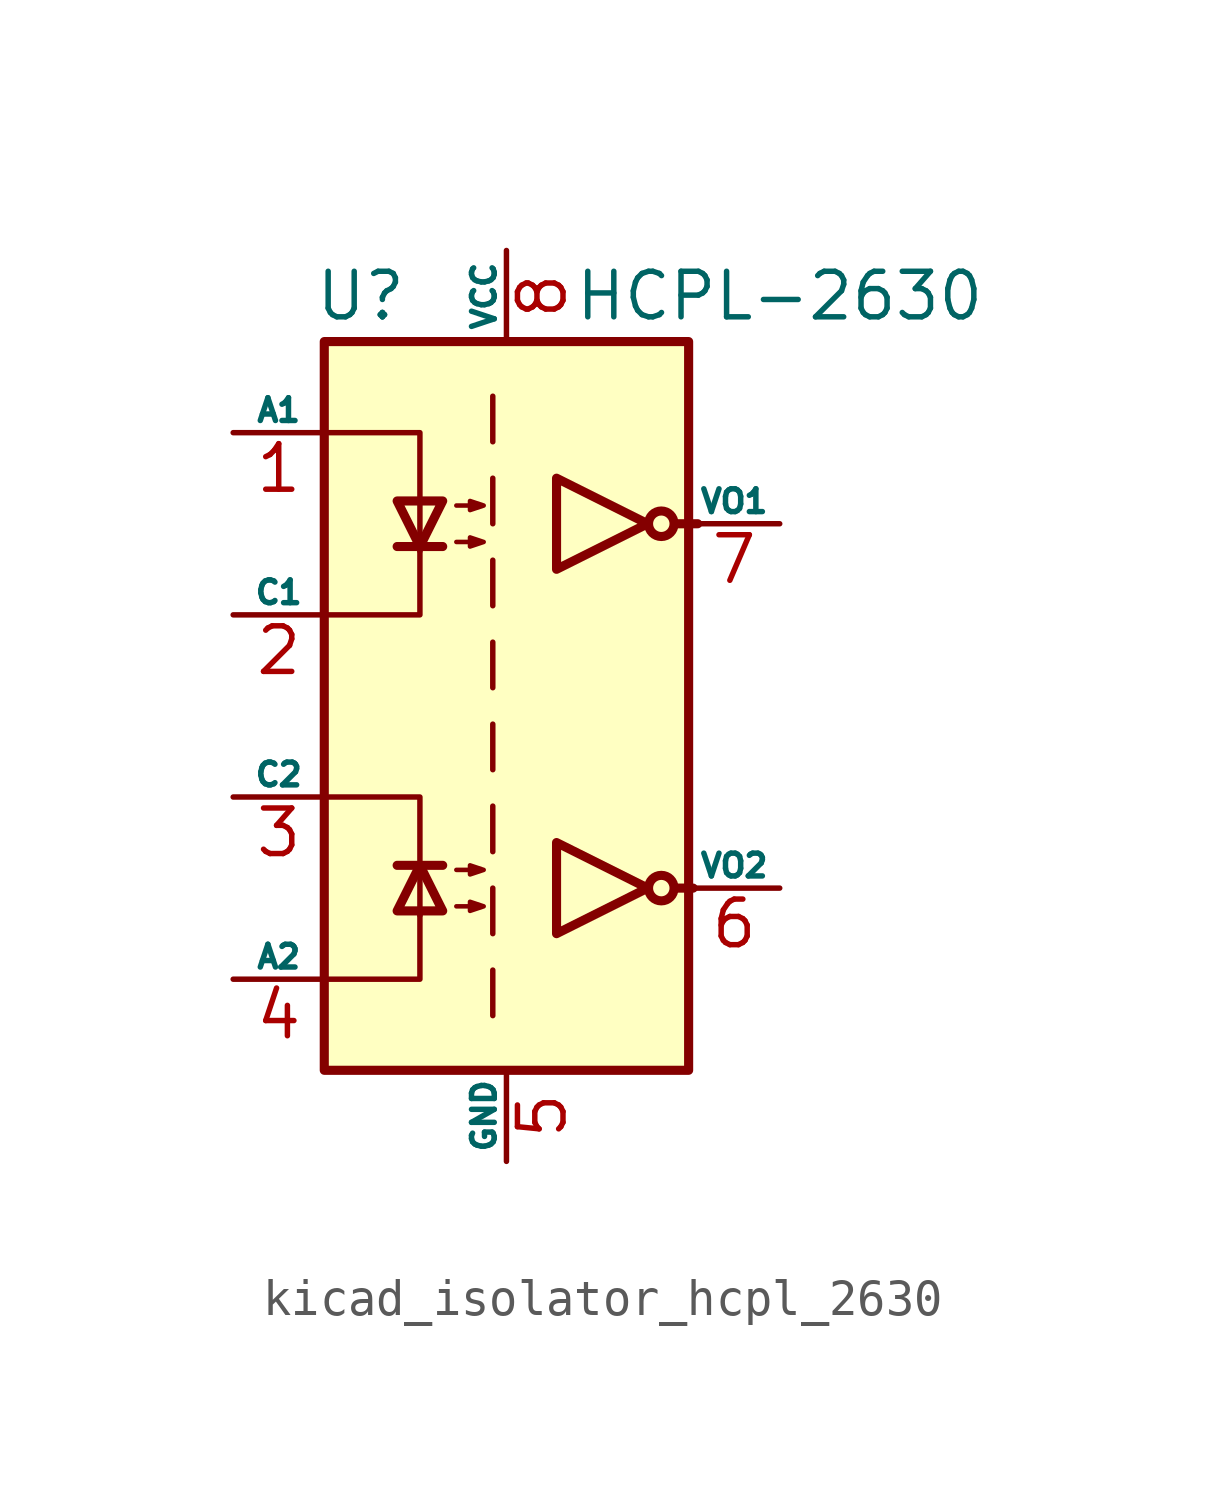
<source format=kicad_sym>
(kicad_symbol_lib
  (version 20220914)
  (generator kicad_symbol_editor)
  (symbol "kicad_isolator_hcpl_2630"
    (pin_names
      (offset 0))
    (property "Reference" "U"
      (at -4.064 11.43 0)
      (effects (font (size 1.27 1.27))))
    (property "Value" "HCPL-2630"
      (at 7.62 11.43 0)
      (effects (font (size 1.27 1.27))))
    (symbol "kicad_isolator_hcpl_2630_1_1"
      (rectangle (start -5.08 10.16) (end 5.08 -10.16) (stroke (width 0.254) (type default)) (fill (type background)))
      (polyline (pts (xy -3.048 -4.445) (xy -1.778 -4.445)) (stroke (width 0.254) (type default)) (fill (type none)))
      (polyline (pts (xy -3.048 4.445) (xy -1.778 4.445)) (stroke (width 0.254) (type default)) (fill (type none)))
      (polyline (pts (xy -0.381 -7.366) (xy -0.381 -8.636)) (stroke (width 0) (type default)) (fill (type none)))
      (polyline (pts (xy -0.381 -5.08) (xy -0.381 -6.35)) (stroke (width 0) (type default)) (fill (type none)))
      (polyline (pts (xy -0.381 -2.794) (xy -0.381 -4.064)) (stroke (width 0) (type default)) (fill (type none)))
      (polyline (pts (xy -0.381 -0.508) (xy -0.381 -1.778)) (stroke (width 0) (type default)) (fill (type none)))
      (polyline (pts (xy -0.381 1.778) (xy -0.381 0.508)) (stroke (width 0) (type default)) (fill (type none)))
      (polyline (pts (xy -0.381 4.064) (xy -0.381 2.794)) (stroke (width 0) (type default)) (fill (type none)))
      (polyline (pts (xy -0.381 6.35) (xy -0.381 5.08)) (stroke (width 0) (type default)) (fill (type none)))
      (polyline (pts (xy -0.381 8.636) (xy -0.381 7.366)) (stroke (width 0) (type default)) (fill (type none)))
      (polyline (pts (xy 4.699 -5.08) (xy 5.207 -5.08)) (stroke (width 0.254) (type default)) (fill (type none)))
      (polyline (pts (xy 4.699 5.08) (xy 5.334 5.08)) (stroke (width 0.254) (type default)) (fill (type none)))
      (polyline (pts (xy -4.953 -7.62) (xy -2.413 -7.62) (xy -2.413 -5.715)) (stroke (width 0) (type default)) (fill (type none)))
      (polyline (pts (xy -4.953 7.62) (xy -2.413 7.62) (xy -2.413 4.318)) (stroke (width 0) (type default)) (fill (type none)))
      (polyline (pts (xy -2.413 -5.842) (xy -2.413 -2.54) (xy -4.953 -2.54)) (stroke (width 0) (type default)) (fill (type none)))
      (polyline (pts (xy -2.413 4.445) (xy -2.413 2.54) (xy -4.953 2.54)) (stroke (width 0) (type default)) (fill (type none)))
      (polyline (pts (xy -2.413 -4.445) (xy -3.048 -5.715) (xy -1.778 -5.715) (xy -2.413 -4.445)) (stroke (width 0.254) (type default)) (fill (type none)))
      (polyline (pts (xy -2.413 4.445) (xy -3.048 5.715) (xy -1.778 5.715) (xy -2.413 4.445)) (stroke (width 0.254) (type default)) (fill (type none)))
      (polyline (pts (xy 3.937 -5.08) (xy 1.397 -3.81) (xy 1.397 -6.35) (xy 3.937 -5.08)) (stroke (width 0.254) (type default)) (fill (type none)))
      (polyline (pts (xy 3.937 5.08) (xy 1.397 6.35) (xy 1.397 3.81) (xy 3.937 5.08)) (stroke (width 0.254) (type default)) (fill (type none)))
      (polyline (pts (xy -1.397 -5.588) (xy -0.635 -5.588) (xy -1.016 -5.715) (xy -1.016 -5.461) (xy -0.635 -5.588)) (stroke (width 0.127) (type default)) (fill (type none)))
      (polyline (pts (xy -1.397 -4.572) (xy -0.635 -4.572) (xy -1.016 -4.699) (xy -1.016 -4.445) (xy -0.635 -4.572)) (stroke (width 0.127) (type default)) (fill (type none)))
      (polyline (pts (xy -1.397 4.572) (xy -0.635 4.572) (xy -1.016 4.445) (xy -1.016 4.699) (xy -0.635 4.572)) (stroke (width 0.127) (type default)) (fill (type none)))
      (polyline (pts (xy -1.397 5.588) (xy -0.635 5.588) (xy -1.016 5.461) (xy -1.016 5.715) (xy -0.635 5.588)) (stroke (width 0.127) (type default)) (fill (type none)))
      (circle (center 4.318 -5.08) (radius 0.356) (stroke (width 0.254) (type default)) (fill (type none)))
      (circle (center 4.318 5.08) (radius 0.356) (stroke (width 0.254) (type default)) (fill (type none)))
      (pin passive line (at -7.62 7.62 0) (length 2.54) (name "A1" (effects (font (size 0.635 0.635)))) (number "1" (effects (font (size 1.27 1.27)))))
      (pin passive line (at -7.62 2.54 0) (length 2.54) (name "C1" (effects (font (size 0.635 0.635)))) (number "2" (effects (font (size 1.27 1.27)))))
      (pin passive line (at -7.62 -2.54 0) (length 2.54) (name "C2" (effects (font (size 0.635 0.635)))) (number "3" (effects (font (size 1.27 1.27)))))
      (pin passive line (at -7.62 -7.62 0) (length 2.54) (name "A2" (effects (font (size 0.635 0.635)))) (number "4" (effects (font (size 1.27 1.27)))))
      (pin power_in line (at 0 -12.7 90) (length 2.54) (name "GND" (effects (font (size 0.635 0.635)))) (number "5" (effects (font (size 1.27 1.27)))))
      (pin open_collector line (at 7.62 -5.08 180) (length 2.54) (name "VO2" (effects (font (size 0.635 0.635)))) (number "6" (effects (font (size 1.27 1.27)))))
      (pin open_collector line (at 7.62 5.08 180) (length 2.54) (name "VO1" (effects (font (size 0.635 0.635)))) (number "7" (effects (font (size 1.27 1.27)))))
      (pin power_in line (at 0 12.7 270) (length 2.54) (name "VCC" (effects (font (size 0.635 0.635)))) (number "8" (effects (font (size 1.27 1.27))))))))
</source>
